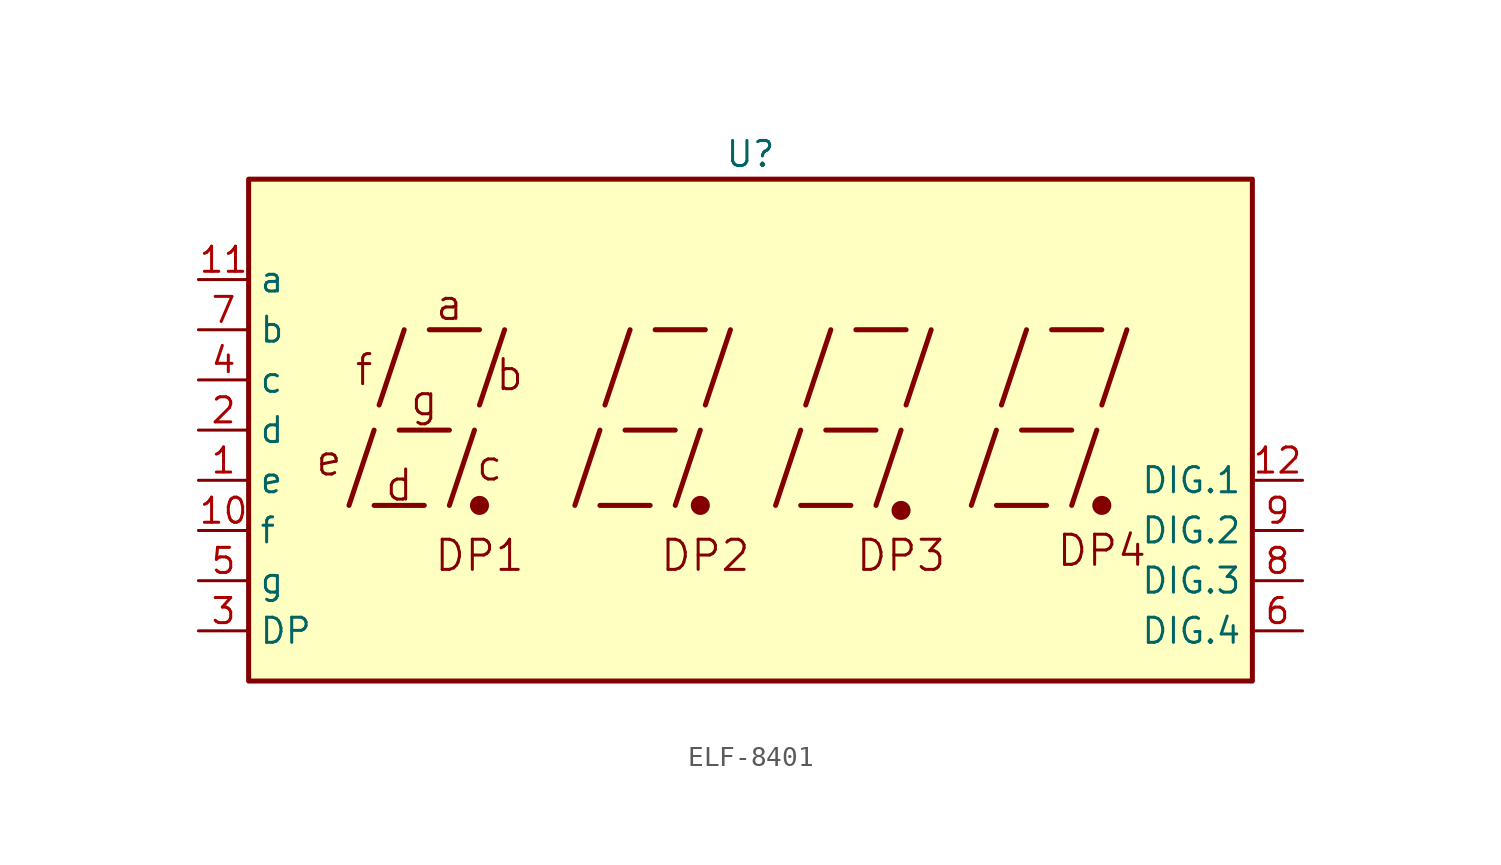
<source format=kicad_sym>
(kicad_symbol_lib
  (version 20220914)
  (generator kicad_symbol_editor)
  (symbol "ELF-8401"
    (property "Reference" "U"
      (at 0 15.24 0)
      (effects (font (size 1.27 1.27))))
    (property "Value" ""
      (at 0 13.97 0)
      (effects (font (size 1.27 1.27))))
    (symbol "ELF-8401_0_0"
      (rectangle (start -25.4 13.97) (end 25.4 -11.43) (stroke (width 0.254) (type default)) (fill (type background)))
      (polyline (pts (xy -20.32 -2.54) (xy -19.05 1.27)) (stroke (width 0.254) (type default)) (fill (type none)))
      (polyline (pts (xy -19.05 -2.54) (xy -16.51 -2.54)) (stroke (width 0.254) (type default)) (fill (type none)))
      (polyline (pts (xy -18.796 2.54) (xy -17.526 6.35)) (stroke (width 0.254) (type default)) (fill (type none)))
      (polyline (pts (xy -17.78 1.27) (xy -15.24 1.27)) (stroke (width 0.254) (type default)) (fill (type none)))
      (polyline (pts (xy -16.256 6.35) (xy -13.716 6.35)) (stroke (width 0.254) (type default)) (fill (type none)))
      (polyline (pts (xy -15.24 -2.54) (xy -13.97 1.27)) (stroke (width 0.254) (type default)) (fill (type none)))
      (polyline (pts (xy -13.716 2.54) (xy -12.446 6.35)) (stroke (width 0.254) (type default)) (fill (type none)))
      (polyline (pts (xy -8.89 -2.54) (xy -7.62 1.27)) (stroke (width 0.254) (type default)) (fill (type none)))
      (polyline (pts (xy -7.62 -2.54) (xy -5.08 -2.54)) (stroke (width 0.254) (type default)) (fill (type none)))
      (polyline (pts (xy -7.366 2.54) (xy -6.096 6.35)) (stroke (width 0.254) (type default)) (fill (type none)))
      (polyline (pts (xy -6.35 1.27) (xy -3.81 1.27)) (stroke (width 0.254) (type default)) (fill (type none)))
      (polyline (pts (xy -4.826 6.35) (xy -2.286 6.35)) (stroke (width 0.254) (type default)) (fill (type none)))
      (polyline (pts (xy -3.81 -2.54) (xy -2.54 1.27)) (stroke (width 0.254) (type default)) (fill (type none)))
      (polyline (pts (xy -2.286 2.54) (xy -1.016 6.35)) (stroke (width 0.254) (type default)) (fill (type none)))
      (polyline (pts (xy 1.27 -2.54) (xy 2.54 1.27)) (stroke (width 0.254) (type default)) (fill (type none)))
      (polyline (pts (xy 2.54 -2.54) (xy 5.08 -2.54)) (stroke (width 0.254) (type default)) (fill (type none)))
      (polyline (pts (xy 2.794 2.54) (xy 4.064 6.35)) (stroke (width 0.254) (type default)) (fill (type none)))
      (polyline (pts (xy 3.81 1.27) (xy 6.35 1.27)) (stroke (width 0.254) (type default)) (fill (type none)))
      (polyline (pts (xy 5.334 6.35) (xy 7.874 6.35)) (stroke (width 0.254) (type default)) (fill (type none)))
      (polyline (pts (xy 6.35 -2.54) (xy 7.62 1.27)) (stroke (width 0.254) (type default)) (fill (type none)))
      (polyline (pts (xy 7.874 2.54) (xy 9.144 6.35)) (stroke (width 0.254) (type default)) (fill (type none)))
      (polyline (pts (xy 11.176 -2.54) (xy 12.446 1.27)) (stroke (width 0.254) (type default)) (fill (type none)))
      (polyline (pts (xy 12.446 -2.54) (xy 14.986 -2.54)) (stroke (width 0.254) (type default)) (fill (type none)))
      (polyline (pts (xy 12.7 2.54) (xy 13.97 6.35)) (stroke (width 0.254) (type default)) (fill (type none)))
      (polyline (pts (xy 13.716 1.27) (xy 16.256 1.27)) (stroke (width 0.254) (type default)) (fill (type none)))
      (polyline (pts (xy 15.24 6.35) (xy 17.78 6.35)) (stroke (width 0.254) (type default)) (fill (type none)))
      (polyline (pts (xy 16.256 -2.54) (xy 17.526 1.27)) (stroke (width 0.254) (type default)) (fill (type none)))
      (polyline (pts (xy 17.78 2.54) (xy 19.05 6.35)) (stroke (width 0.254) (type default)) (fill (type none)))
      (text "a" (at -15.24 7.62 0) (effects (font (size 1.524 1.524))))
      (text "b" (at -12.192 4.064 0) (effects (font (size 1.524 1.524))))
      (text "c" (at -13.208 -0.508 0) (effects (font (size 1.524 1.524))))
      (text "d" (at -17.78 -1.524 0) (effects (font (size 1.524 1.524))))
      (text "DP1" (at -13.716 -5.08 0) (effects (font (size 1.524 1.524))))
      (text "DP2" (at -2.286 -5.08 0) (effects (font (size 1.524 1.524))))
      (text "DP3" (at 7.62 -5.08 0) (effects (font (size 1.524 1.524))))
      (text "DP4" (at 17.78 -4.826 0) (effects (font (size 1.524 1.524))))
      (text "e" (at -21.336 -0.254 0) (effects (font (size 1.524 1.524))))
      (text "f" (at -19.558 4.318 0) (effects (font (size 1.524 1.524))))
      (text "g" (at -16.51 2.794 0) (effects (font (size 1.524 1.524)))))
    (symbol "ELF-8401_0_1"
      (circle (center -13.716 -2.54) (radius 0.356) (stroke (width 0.254) (type default)) (fill (type outline)))
      (circle (center -2.54 -2.54) (radius 0.356) (stroke (width 0.254) (type default)) (fill (type outline))))
    (symbol "ELF-8401_1_0"
      (circle (center 7.62 -2.794) (radius 0.356) (stroke (width 0.254) (type default)) (fill (type outline)))
      (circle (center 17.78 -2.54) (radius 0.356) (stroke (width 0.254) (type default)) (fill (type outline))))
    (symbol "ELF-8401_1_1"
      (pin input line (at -27.94 -1.27 0) (length 2.54) (name "e" (effects (font (size 1.27 1.27)))) (number "1" (effects (font (size 1.27 1.27)))))
      (pin input line (at -27.94 -3.81 0) (length 2.54) (name "f" (effects (font (size 1.27 1.27)))) (number "10" (effects (font (size 1.27 1.27)))))
      (pin input line (at -27.94 8.89 0) (length 2.54) (name "a" (effects (font (size 1.27 1.27)))) (number "11" (effects (font (size 1.27 1.27)))))
      (pin input line (at 27.94 -1.27 180) (length 2.54) (name "DIG.1" (effects (font (size 1.27 1.27)))) (number "12" (effects (font (size 1.27 1.27)))))
      (pin input line (at -27.94 1.27 0) (length 2.54) (name "d" (effects (font (size 1.27 1.27)))) (number "2" (effects (font (size 1.27 1.27)))))
      (pin input line (at -27.94 -8.89 0) (length 2.54) (name "DP" (effects (font (size 1.27 1.27)))) (number "3" (effects (font (size 1.27 1.27)))))
      (pin input line (at -27.94 3.81 0) (length 2.54) (name "c" (effects (font (size 1.27 1.27)))) (number "4" (effects (font (size 1.27 1.27)))))
      (pin input line (at -27.94 -6.35 0) (length 2.54) (name "g" (effects (font (size 1.27 1.27)))) (number "5" (effects (font (size 1.27 1.27)))))
      (pin input line (at 27.94 -8.89 180) (length 2.54) (name "DIG.4" (effects (font (size 1.27 1.27)))) (number "6" (effects (font (size 1.27 1.27)))))
      (pin input line (at -27.94 6.35 0) (length 2.54) (name "b" (effects (font (size 1.27 1.27)))) (number "7" (effects (font (size 1.27 1.27)))))
      (pin input line (at 27.94 -6.35 180) (length 2.54) (name "DIG.3" (effects (font (size 1.27 1.27)))) (number "8" (effects (font (size 1.27 1.27)))))
      (pin input line (at 27.94 -3.81 180) (length 2.54) (name "DIG.2" (effects (font (size 1.27 1.27)))) (number "9" (effects (font (size 1.27 1.27))))))))
</source>
